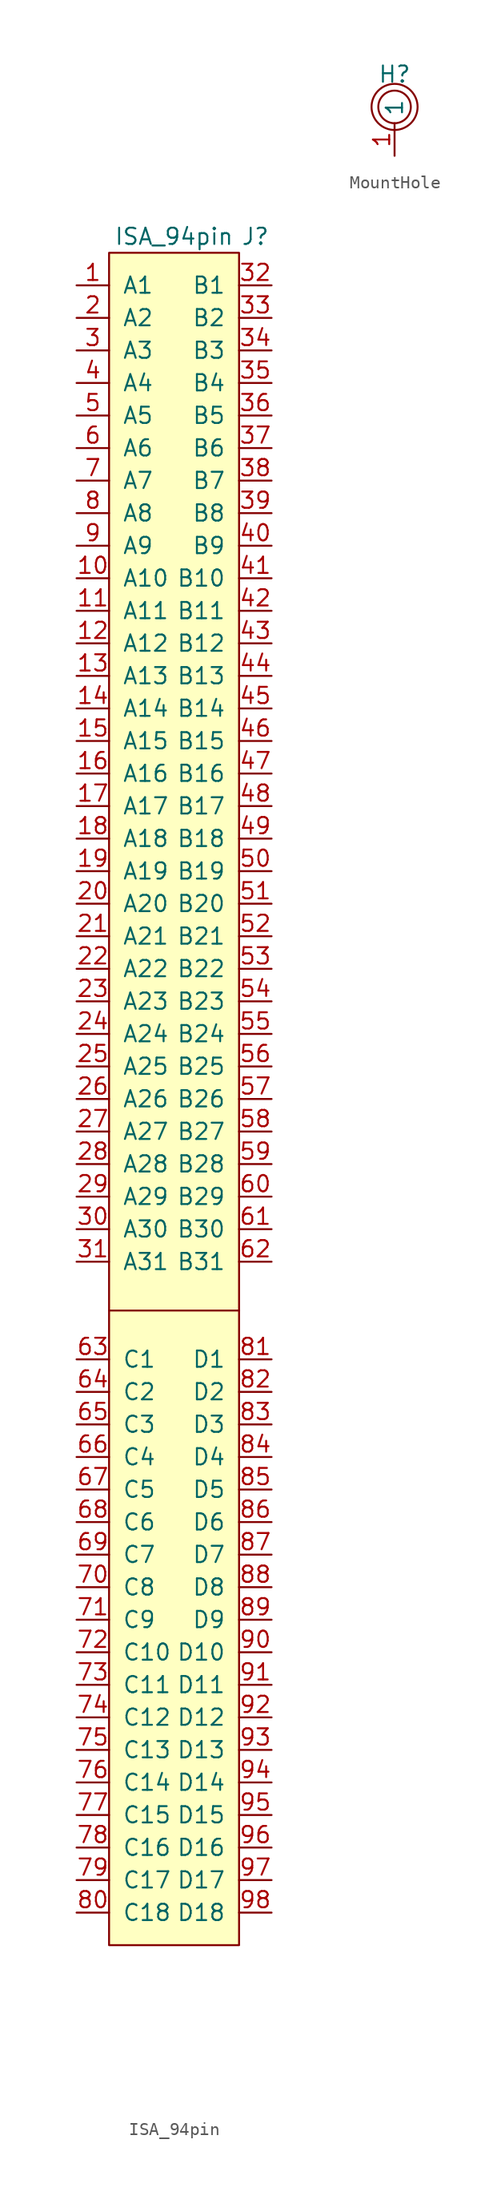
<source format=kicad_sym>
(kicad_symbol_lib
  (version 20211014)
  (generator kicad_symbol_editor)
  (symbol "ISA_94pin"
    (pin_names
      (offset 1.016))
    (property "Reference" "J"
      (at 6.35 83.82 0)
      (effects (font (size 1.27 1.27))))
    (property "Value" "ISA_94pin"
      (at 0 83.82 0)
      (effects (font (size 1.27 1.27))))
    (symbol "ISA_94pin_0_1"
      (rectangle (start -5.08 82.55) (end 5.08 -49.53) (stroke (width 0) (type default) (color 0 0 0 0)) (fill (type background)))
      (polyline (pts (xy -5.08 0) (xy 5.08 0)) (stroke (width 0) (type default) (color 0 0 0 0)) (fill (type none))))
    (symbol "ISA_94pin_1_1"
      (pin input line (at -7.62 80.01 0) (length 2.54) (name "A1" (effects (font (size 1.27 1.27)))) (number "1" (effects (font (size 1.27 1.27)))))
      (pin input line (at -7.62 57.15 0) (length 2.54) (name "A10" (effects (font (size 1.27 1.27)))) (number "10" (effects (font (size 1.27 1.27)))))
      (pin input line (at -7.62 54.61 0) (length 2.54) (name "A11" (effects (font (size 1.27 1.27)))) (number "11" (effects (font (size 1.27 1.27)))))
      (pin input line (at -7.62 52.07 0) (length 2.54) (name "A12" (effects (font (size 1.27 1.27)))) (number "12" (effects (font (size 1.27 1.27)))))
      (pin input line (at -7.62 49.53 0) (length 2.54) (name "A13" (effects (font (size 1.27 1.27)))) (number "13" (effects (font (size 1.27 1.27)))))
      (pin input line (at -7.62 46.99 0) (length 2.54) (name "A14" (effects (font (size 1.27 1.27)))) (number "14" (effects (font (size 1.27 1.27)))))
      (pin input line (at -7.62 44.45 0) (length 2.54) (name "A15" (effects (font (size 1.27 1.27)))) (number "15" (effects (font (size 1.27 1.27)))))
      (pin input line (at -7.62 41.91 0) (length 2.54) (name "A16" (effects (font (size 1.27 1.27)))) (number "16" (effects (font (size 1.27 1.27)))))
      (pin input line (at -7.62 39.37 0) (length 2.54) (name "A17" (effects (font (size 1.27 1.27)))) (number "17" (effects (font (size 1.27 1.27)))))
      (pin input line (at -7.62 36.83 0) (length 2.54) (name "A18" (effects (font (size 1.27 1.27)))) (number "18" (effects (font (size 1.27 1.27)))))
      (pin input line (at -7.62 34.29 0) (length 2.54) (name "A19" (effects (font (size 1.27 1.27)))) (number "19" (effects (font (size 1.27 1.27)))))
      (pin input line (at -7.62 77.47 0) (length 2.54) (name "A2" (effects (font (size 1.27 1.27)))) (number "2" (effects (font (size 1.27 1.27)))))
      (pin input line (at -7.62 31.75 0) (length 2.54) (name "A20" (effects (font (size 1.27 1.27)))) (number "20" (effects (font (size 1.27 1.27)))))
      (pin input line (at -7.62 29.21 0) (length 2.54) (name "A21" (effects (font (size 1.27 1.27)))) (number "21" (effects (font (size 1.27 1.27)))))
      (pin input line (at -7.62 26.67 0) (length 2.54) (name "A22" (effects (font (size 1.27 1.27)))) (number "22" (effects (font (size 1.27 1.27)))))
      (pin input line (at -7.62 24.13 0) (length 2.54) (name "A23" (effects (font (size 1.27 1.27)))) (number "23" (effects (font (size 1.27 1.27)))))
      (pin input line (at -7.62 21.59 0) (length 2.54) (name "A24" (effects (font (size 1.27 1.27)))) (number "24" (effects (font (size 1.27 1.27)))))
      (pin input line (at -7.62 19.05 0) (length 2.54) (name "A25" (effects (font (size 1.27 1.27)))) (number "25" (effects (font (size 1.27 1.27)))))
      (pin input line (at -7.62 16.51 0) (length 2.54) (name "A26" (effects (font (size 1.27 1.27)))) (number "26" (effects (font (size 1.27 1.27)))))
      (pin input line (at -7.62 13.97 0) (length 2.54) (name "A27" (effects (font (size 1.27 1.27)))) (number "27" (effects (font (size 1.27 1.27)))))
      (pin input line (at -7.62 11.43 0) (length 2.54) (name "A28" (effects (font (size 1.27 1.27)))) (number "28" (effects (font (size 1.27 1.27)))))
      (pin input line (at -7.62 8.89 0) (length 2.54) (name "A29" (effects (font (size 1.27 1.27)))) (number "29" (effects (font (size 1.27 1.27)))))
      (pin input line (at -7.62 74.93 0) (length 2.54) (name "A3" (effects (font (size 1.27 1.27)))) (number "3" (effects (font (size 1.27 1.27)))))
      (pin input line (at -7.62 6.35 0) (length 2.54) (name "A30" (effects (font (size 1.27 1.27)))) (number "30" (effects (font (size 1.27 1.27)))))
      (pin input line (at -7.62 3.81 0) (length 2.54) (name "A31" (effects (font (size 1.27 1.27)))) (number "31" (effects (font (size 1.27 1.27)))))
      (pin input line (at 7.62 80.01 180) (length 2.54) (name "B1" (effects (font (size 1.27 1.27)))) (number "32" (effects (font (size 1.27 1.27)))))
      (pin input line (at 7.62 77.47 180) (length 2.54) (name "B2" (effects (font (size 1.27 1.27)))) (number "33" (effects (font (size 1.27 1.27)))))
      (pin input line (at 7.62 74.93 180) (length 2.54) (name "B3" (effects (font (size 1.27 1.27)))) (number "34" (effects (font (size 1.27 1.27)))))
      (pin input line (at 7.62 72.39 180) (length 2.54) (name "B4" (effects (font (size 1.27 1.27)))) (number "35" (effects (font (size 1.27 1.27)))))
      (pin input line (at 7.62 69.85 180) (length 2.54) (name "B5" (effects (font (size 1.27 1.27)))) (number "36" (effects (font (size 1.27 1.27)))))
      (pin input line (at 7.62 67.31 180) (length 2.54) (name "B6" (effects (font (size 1.27 1.27)))) (number "37" (effects (font (size 1.27 1.27)))))
      (pin input line (at 7.62 64.77 180) (length 2.54) (name "B7" (effects (font (size 1.27 1.27)))) (number "38" (effects (font (size 1.27 1.27)))))
      (pin input line (at 7.62 62.23 180) (length 2.54) (name "B8" (effects (font (size 1.27 1.27)))) (number "39" (effects (font (size 1.27 1.27)))))
      (pin input line (at -7.62 72.39 0) (length 2.54) (name "A4" (effects (font (size 1.27 1.27)))) (number "4" (effects (font (size 1.27 1.27)))))
      (pin input line (at 7.62 59.69 180) (length 2.54) (name "B9" (effects (font (size 1.27 1.27)))) (number "40" (effects (font (size 1.27 1.27)))))
      (pin input line (at 7.62 57.15 180) (length 2.54) (name "B10" (effects (font (size 1.27 1.27)))) (number "41" (effects (font (size 1.27 1.27)))))
      (pin input line (at 7.62 54.61 180) (length 2.54) (name "B11" (effects (font (size 1.27 1.27)))) (number "42" (effects (font (size 1.27 1.27)))))
      (pin input line (at 7.62 52.07 180) (length 2.54) (name "B12" (effects (font (size 1.27 1.27)))) (number "43" (effects (font (size 1.27 1.27)))))
      (pin input line (at 7.62 49.53 180) (length 2.54) (name "B13" (effects (font (size 1.27 1.27)))) (number "44" (effects (font (size 1.27 1.27)))))
      (pin input line (at 7.62 46.99 180) (length 2.54) (name "B14" (effects (font (size 1.27 1.27)))) (number "45" (effects (font (size 1.27 1.27)))))
      (pin input line (at 7.62 44.45 180) (length 2.54) (name "B15" (effects (font (size 1.27 1.27)))) (number "46" (effects (font (size 1.27 1.27)))))
      (pin input line (at 7.62 41.91 180) (length 2.54) (name "B16" (effects (font (size 1.27 1.27)))) (number "47" (effects (font (size 1.27 1.27)))))
      (pin input line (at 7.62 39.37 180) (length 2.54) (name "B17" (effects (font (size 1.27 1.27)))) (number "48" (effects (font (size 1.27 1.27)))))
      (pin input line (at 7.62 36.83 180) (length 2.54) (name "B18" (effects (font (size 1.27 1.27)))) (number "49" (effects (font (size 1.27 1.27)))))
      (pin input line (at -7.62 69.85 0) (length 2.54) (name "A5" (effects (font (size 1.27 1.27)))) (number "5" (effects (font (size 1.27 1.27)))))
      (pin input line (at 7.62 34.29 180) (length 2.54) (name "B19" (effects (font (size 1.27 1.27)))) (number "50" (effects (font (size 1.27 1.27)))))
      (pin input line (at 7.62 31.75 180) (length 2.54) (name "B20" (effects (font (size 1.27 1.27)))) (number "51" (effects (font (size 1.27 1.27)))))
      (pin input line (at 7.62 29.21 180) (length 2.54) (name "B21" (effects (font (size 1.27 1.27)))) (number "52" (effects (font (size 1.27 1.27)))))
      (pin input line (at 7.62 26.67 180) (length 2.54) (name "B22" (effects (font (size 1.27 1.27)))) (number "53" (effects (font (size 1.27 1.27)))))
      (pin input line (at 7.62 24.13 180) (length 2.54) (name "B23" (effects (font (size 1.27 1.27)))) (number "54" (effects (font (size 1.27 1.27)))))
      (pin input line (at 7.62 21.59 180) (length 2.54) (name "B24" (effects (font (size 1.27 1.27)))) (number "55" (effects (font (size 1.27 1.27)))))
      (pin input line (at 7.62 19.05 180) (length 2.54) (name "B25" (effects (font (size 1.27 1.27)))) (number "56" (effects (font (size 1.27 1.27)))))
      (pin input line (at 7.62 16.51 180) (length 2.54) (name "B26" (effects (font (size 1.27 1.27)))) (number "57" (effects (font (size 1.27 1.27)))))
      (pin input line (at 7.62 13.97 180) (length 2.54) (name "B27" (effects (font (size 1.27 1.27)))) (number "58" (effects (font (size 1.27 1.27)))))
      (pin input line (at 7.62 11.43 180) (length 2.54) (name "B28" (effects (font (size 1.27 1.27)))) (number "59" (effects (font (size 1.27 1.27)))))
      (pin input line (at -7.62 67.31 0) (length 2.54) (name "A6" (effects (font (size 1.27 1.27)))) (number "6" (effects (font (size 1.27 1.27)))))
      (pin input line (at 7.62 8.89 180) (length 2.54) (name "B29" (effects (font (size 1.27 1.27)))) (number "60" (effects (font (size 1.27 1.27)))))
      (pin input line (at 7.62 6.35 180) (length 2.54) (name "B30" (effects (font (size 1.27 1.27)))) (number "61" (effects (font (size 1.27 1.27)))))
      (pin input line (at 7.62 3.81 180) (length 2.54) (name "B31" (effects (font (size 1.27 1.27)))) (number "62" (effects (font (size 1.27 1.27)))))
      (pin input line (at -7.62 -3.81 0) (length 2.54) (name "C1" (effects (font (size 1.27 1.27)))) (number "63" (effects (font (size 1.27 1.27)))))
      (pin input line (at -7.62 -6.35 0) (length 2.54) (name "C2" (effects (font (size 1.27 1.27)))) (number "64" (effects (font (size 1.27 1.27)))))
      (pin input line (at -7.62 -8.89 0) (length 2.54) (name "C3" (effects (font (size 1.27 1.27)))) (number "65" (effects (font (size 1.27 1.27)))))
      (pin input line (at -7.62 -11.43 0) (length 2.54) (name "C4" (effects (font (size 1.27 1.27)))) (number "66" (effects (font (size 1.27 1.27)))))
      (pin input line (at -7.62 -13.97 0) (length 2.54) (name "C5" (effects (font (size 1.27 1.27)))) (number "67" (effects (font (size 1.27 1.27)))))
      (pin input line (at -7.62 -16.51 0) (length 2.54) (name "C6" (effects (font (size 1.27 1.27)))) (number "68" (effects (font (size 1.27 1.27)))))
      (pin input line (at -7.62 -19.05 0) (length 2.54) (name "C7" (effects (font (size 1.27 1.27)))) (number "69" (effects (font (size 1.27 1.27)))))
      (pin input line (at -7.62 64.77 0) (length 2.54) (name "A7" (effects (font (size 1.27 1.27)))) (number "7" (effects (font (size 1.27 1.27)))))
      (pin input line (at -7.62 -21.59 0) (length 2.54) (name "C8" (effects (font (size 1.27 1.27)))) (number "70" (effects (font (size 1.27 1.27)))))
      (pin input line (at -7.62 -24.13 0) (length 2.54) (name "C9" (effects (font (size 1.27 1.27)))) (number "71" (effects (font (size 1.27 1.27)))))
      (pin input line (at -7.62 -26.67 0) (length 2.54) (name "C10" (effects (font (size 1.27 1.27)))) (number "72" (effects (font (size 1.27 1.27)))))
      (pin input line (at -7.62 -29.21 0) (length 2.54) (name "C11" (effects (font (size 1.27 1.27)))) (number "73" (effects (font (size 1.27 1.27)))))
      (pin input line (at -7.62 -31.75 0) (length 2.54) (name "C12" (effects (font (size 1.27 1.27)))) (number "74" (effects (font (size 1.27 1.27)))))
      (pin input line (at -7.62 -34.29 0) (length 2.54) (name "C13" (effects (font (size 1.27 1.27)))) (number "75" (effects (font (size 1.27 1.27)))))
      (pin input line (at -7.62 -36.83 0) (length 2.54) (name "C14" (effects (font (size 1.27 1.27)))) (number "76" (effects (font (size 1.27 1.27)))))
      (pin input line (at -7.62 -39.37 0) (length 2.54) (name "C15" (effects (font (size 1.27 1.27)))) (number "77" (effects (font (size 1.27 1.27)))))
      (pin input line (at -7.62 -41.91 0) (length 2.54) (name "C16" (effects (font (size 1.27 1.27)))) (number "78" (effects (font (size 1.27 1.27)))))
      (pin input line (at -7.62 -44.45 0) (length 2.54) (name "C17" (effects (font (size 1.27 1.27)))) (number "79" (effects (font (size 1.27 1.27)))))
      (pin input line (at -7.62 62.23 0) (length 2.54) (name "A8" (effects (font (size 1.27 1.27)))) (number "8" (effects (font (size 1.27 1.27)))))
      (pin input line (at -7.62 -46.99 0) (length 2.54) (name "C18" (effects (font (size 1.27 1.27)))) (number "80" (effects (font (size 1.27 1.27)))))
      (pin input line (at 7.62 -3.81 180) (length 2.54) (name "D1" (effects (font (size 1.27 1.27)))) (number "81" (effects (font (size 1.27 1.27)))))
      (pin input line (at 7.62 -6.35 180) (length 2.54) (name "D2" (effects (font (size 1.27 1.27)))) (number "82" (effects (font (size 1.27 1.27)))))
      (pin input line (at 7.62 -8.89 180) (length 2.54) (name "D3" (effects (font (size 1.27 1.27)))) (number "83" (effects (font (size 1.27 1.27)))))
      (pin input line (at 7.62 -11.43 180) (length 2.54) (name "D4" (effects (font (size 1.27 1.27)))) (number "84" (effects (font (size 1.27 1.27)))))
      (pin input line (at 7.62 -13.97 180) (length 2.54) (name "D5" (effects (font (size 1.27 1.27)))) (number "85" (effects (font (size 1.27 1.27)))))
      (pin input line (at 7.62 -16.51 180) (length 2.54) (name "D6" (effects (font (size 1.27 1.27)))) (number "86" (effects (font (size 1.27 1.27)))))
      (pin input line (at 7.62 -19.05 180) (length 2.54) (name "D7" (effects (font (size 1.27 1.27)))) (number "87" (effects (font (size 1.27 1.27)))))
      (pin input line (at 7.62 -21.59 180) (length 2.54) (name "D8" (effects (font (size 1.27 1.27)))) (number "88" (effects (font (size 1.27 1.27)))))
      (pin input line (at 7.62 -24.13 180) (length 2.54) (name "D9" (effects (font (size 1.27 1.27)))) (number "89" (effects (font (size 1.27 1.27)))))
      (pin input line (at -7.62 59.69 0) (length 2.54) (name "A9" (effects (font (size 1.27 1.27)))) (number "9" (effects (font (size 1.27 1.27)))))
      (pin input line (at 7.62 -26.67 180) (length 2.54) (name "D10" (effects (font (size 1.27 1.27)))) (number "90" (effects (font (size 1.27 1.27)))))
      (pin input line (at 7.62 -29.21 180) (length 2.54) (name "D11" (effects (font (size 1.27 1.27)))) (number "91" (effects (font (size 1.27 1.27)))))
      (pin input line (at 7.62 -31.75 180) (length 2.54) (name "D12" (effects (font (size 1.27 1.27)))) (number "92" (effects (font (size 1.27 1.27)))))
      (pin input line (at 7.62 -34.29 180) (length 2.54) (name "D13" (effects (font (size 1.27 1.27)))) (number "93" (effects (font (size 1.27 1.27)))))
      (pin input line (at 7.62 -36.83 180) (length 2.54) (name "D14" (effects (font (size 1.27 1.27)))) (number "94" (effects (font (size 1.27 1.27)))))
      (pin input line (at 7.62 -39.37 180) (length 2.54) (name "D15" (effects (font (size 1.27 1.27)))) (number "95" (effects (font (size 1.27 1.27)))))
      (pin input line (at 7.62 -41.91 180) (length 2.54) (name "D16" (effects (font (size 1.27 1.27)))) (number "96" (effects (font (size 1.27 1.27)))))
      (pin input line (at 7.62 -44.45 180) (length 2.54) (name "D17" (effects (font (size 1.27 1.27)))) (number "97" (effects (font (size 1.27 1.27)))))
      (pin input line (at 7.62 -46.99 180) (length 2.54) (name "D18" (effects (font (size 1.27 1.27)))) (number "98" (effects (font (size 1.27 1.27)))))))
  (symbol "MountHole"
    (property "Reference" "H"
      (at 0 2.54 0)
      (effects (font (size 1.27 1.27))))
    (symbol "MountHole_0_1"
      (circle (center 0 0) (radius 1.27) (stroke (width 0.152) (type default) (color 0 0 0 0)) (fill (type none)))
      (circle (center 0 0) (radius 1.796) (stroke (width 0.152) (type default) (color 0 0 0 0)) (fill (type none))))
    (symbol "MountHole_1_1"
      (pin input line (at 0 -3.81 90) (length 2.54) (name "1" (effects (font (size 1.27 1.27)))) (number "1" (effects (font (size 1.27 1.27))))))))
</source>
